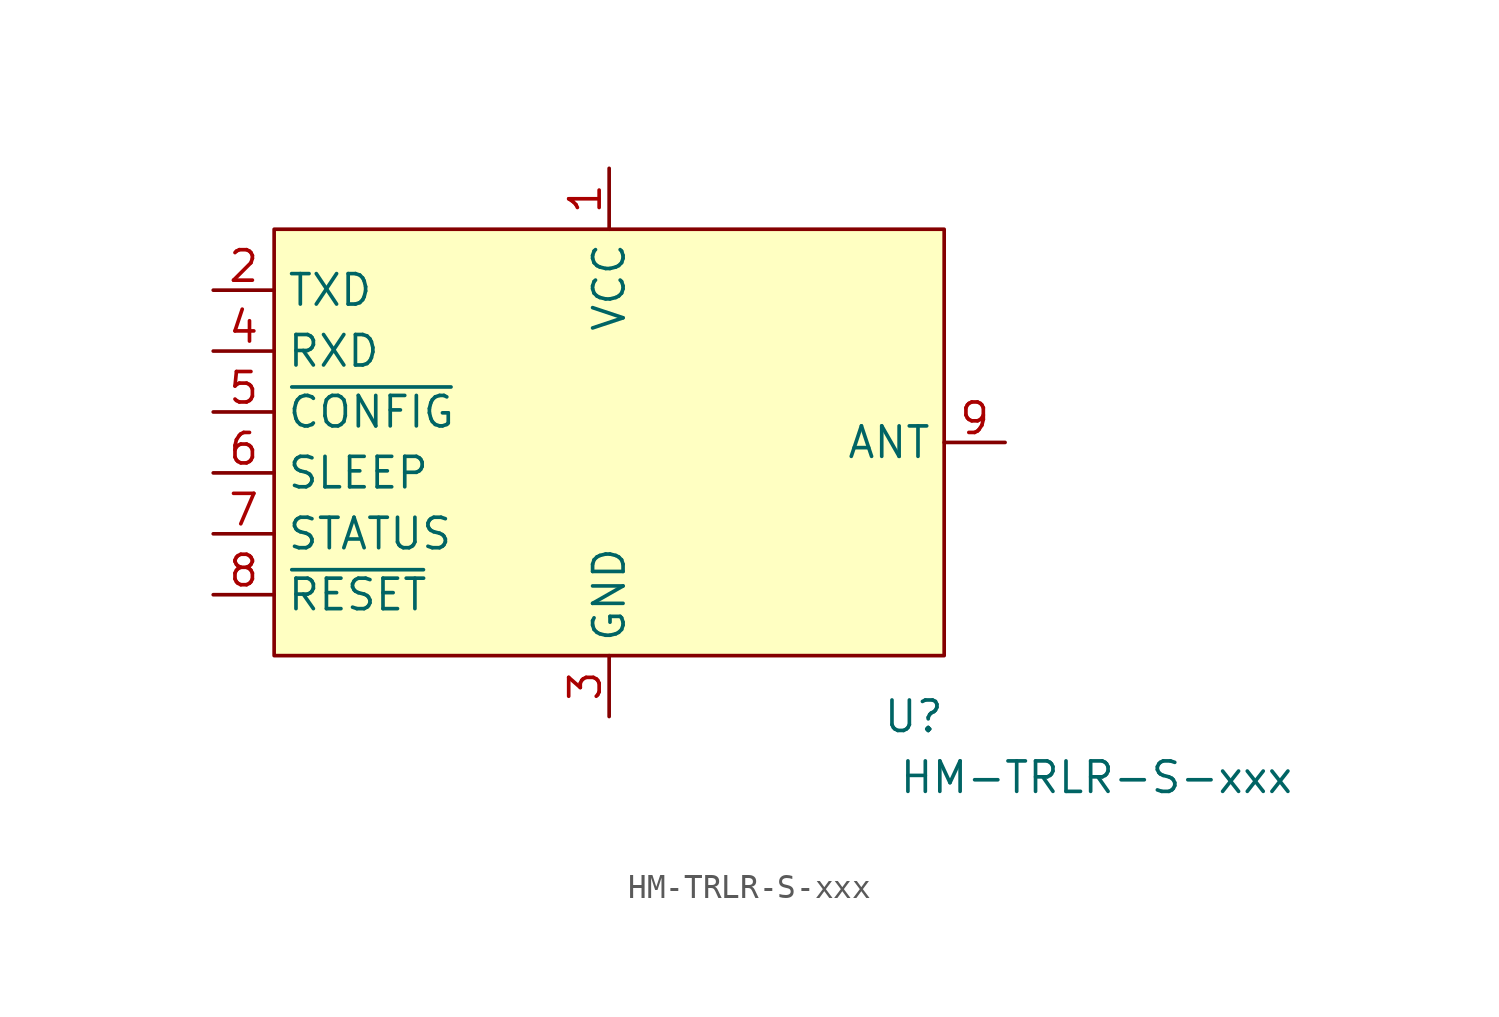
<source format=kicad_sym>
(kicad_symbol_lib
  (version 20220914)
  (generator kicad_symbol_editor)
  (symbol "HM-TRLR-S-xxx"
    (property "Reference" "U"
      (at 12.7 -11.43 0)
      (effects (font (size 1.27 1.27))))
    (property "Value" "HM-TRLR-S-xxx"
      (at 20.32 -13.97 0)
      (effects (font (size 1.27 1.27))))
    (symbol "HM-TRLR-S-xxx_1_0"
      (pin power_in line (at 0 11.43 270) (length 2.54) (name "VCC" (effects (font (size 1.27 1.27)))) (number "1" (effects (font (size 1.27 1.27)))))
      (pin passive line (at 0 -11.43 90) (length 2.54) hide (name "GND" (effects (font (size 1.27 1.27)))) (number "10" (effects (font (size 1.27 1.27)))))
      (pin output line (at -16.51 6.35 0) (length 2.54) (name "TXD" (effects (font (size 1.27 1.27)))) (number "2" (effects (font (size 1.27 1.27)))))
      (pin power_in line (at 0 -11.43 90) (length 2.54) (name "GND" (effects (font (size 1.27 1.27)))) (number "3" (effects (font (size 1.27 1.27)))))
      (pin input line (at -16.51 3.81 0) (length 2.54) (name "RXD" (effects (font (size 1.27 1.27)))) (number "4" (effects (font (size 1.27 1.27)))))
      (pin input line (at -16.51 1.27 0) (length 2.54) (name "~{CONFIG}" (effects (font (size 1.27 1.27)))) (number "5" (effects (font (size 1.27 1.27)))))
      (pin input line (at -16.51 -1.27 0) (length 2.54) (name "SLEEP" (effects (font (size 1.27 1.27)))) (number "6" (effects (font (size 1.27 1.27)))))
      (pin input line (at -16.51 -3.81 0) (length 2.54) (name "STATUS" (effects (font (size 1.27 1.27)))) (number "7" (effects (font (size 1.27 1.27)))))
      (pin input line (at -16.51 -6.35 0) (length 2.54) (name "~{RESET}" (effects (font (size 1.27 1.27)))) (number "8" (effects (font (size 1.27 1.27)))))
      (pin bidirectional line (at 16.51 0 180) (length 2.54) (name "ANT" (effects (font (size 1.27 1.27)))) (number "9" (effects (font (size 1.27 1.27))))))
    (symbol "HM-TRLR-S-xxx_1_1"
      (rectangle (start -13.97 8.89) (end 13.97 -8.89) (stroke (width 0) (type default)) (fill (type background))))))
</source>
